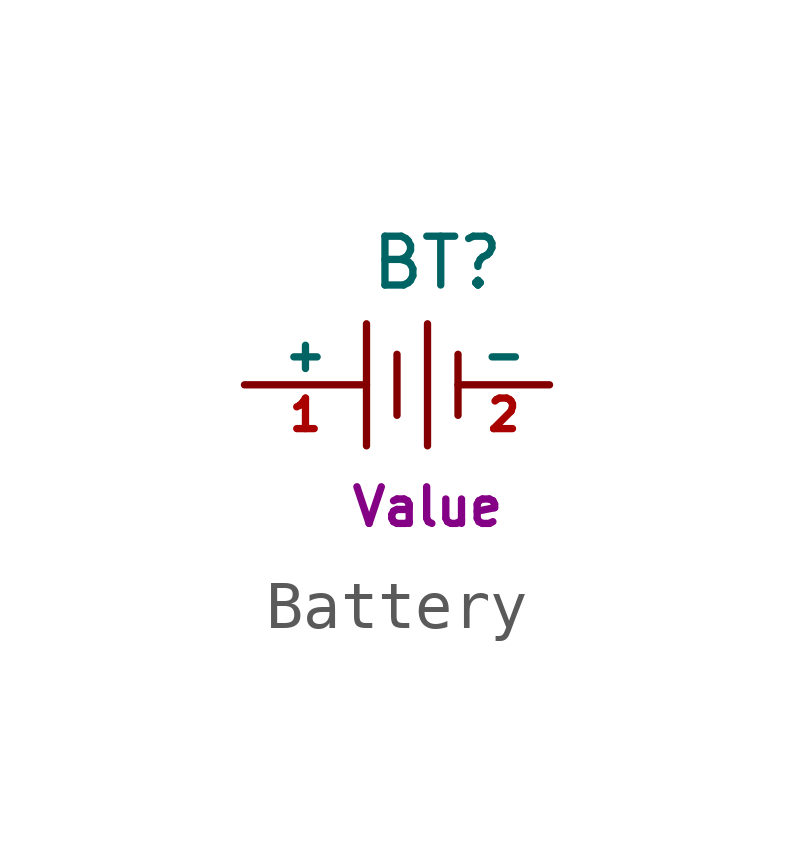
<source format=kicad_sym>
(kicad_symbol_lib
  (version 20220914)
  (generator kicad_symbol_editor)
  (symbol "Battery"
    (pin_names
      (offset 0))
    (property "Reference" "BT"
      (at 0.203 2.54 0)
      (effects (font (size 1.016 1.016))))
    (property "Footprint" ""
      (at -0.635 0 0)
      (effects (font (size 1.524 1.524))))
    (property "Datasheet" ""
      (at -0.635 0 0)
      (effects (font (size 1.524 1.524))))
    (property "Unit" "Value"
      (at 0 -2.54 0)
      (effects (font (size 0.762 0.762))))
    (symbol "Battery_0_1"
      (polyline (pts (xy -1.27 1.27) (xy -1.27 -1.27)) (stroke (width 0) (type solid)) (fill (type none)))
      (polyline (pts (xy -0.635 0.635) (xy -0.635 -0.635)) (stroke (width 0) (type solid)) (fill (type none)))
      (polyline (pts (xy 0 1.27) (xy 0 -1.27)) (stroke (width 0) (type solid)) (fill (type none)))
      (polyline (pts (xy 0.635 0.635) (xy 0.635 -0.635)) (stroke (width 0) (type solid)) (fill (type none))))
    (symbol "Battery_1_1"
      (pin power_out line (at -3.81 0 0) (length 2.54) (name "+" (effects (font (size 0.635 0.635)))) (number "1" (effects (font (size 0.635 0.635)))))
      (pin power_out line (at 2.54 0 180) (length 1.905) (name "-" (effects (font (size 0.635 0.635)))) (number "2" (effects (font (size 0.635 0.635))))))))
</source>
